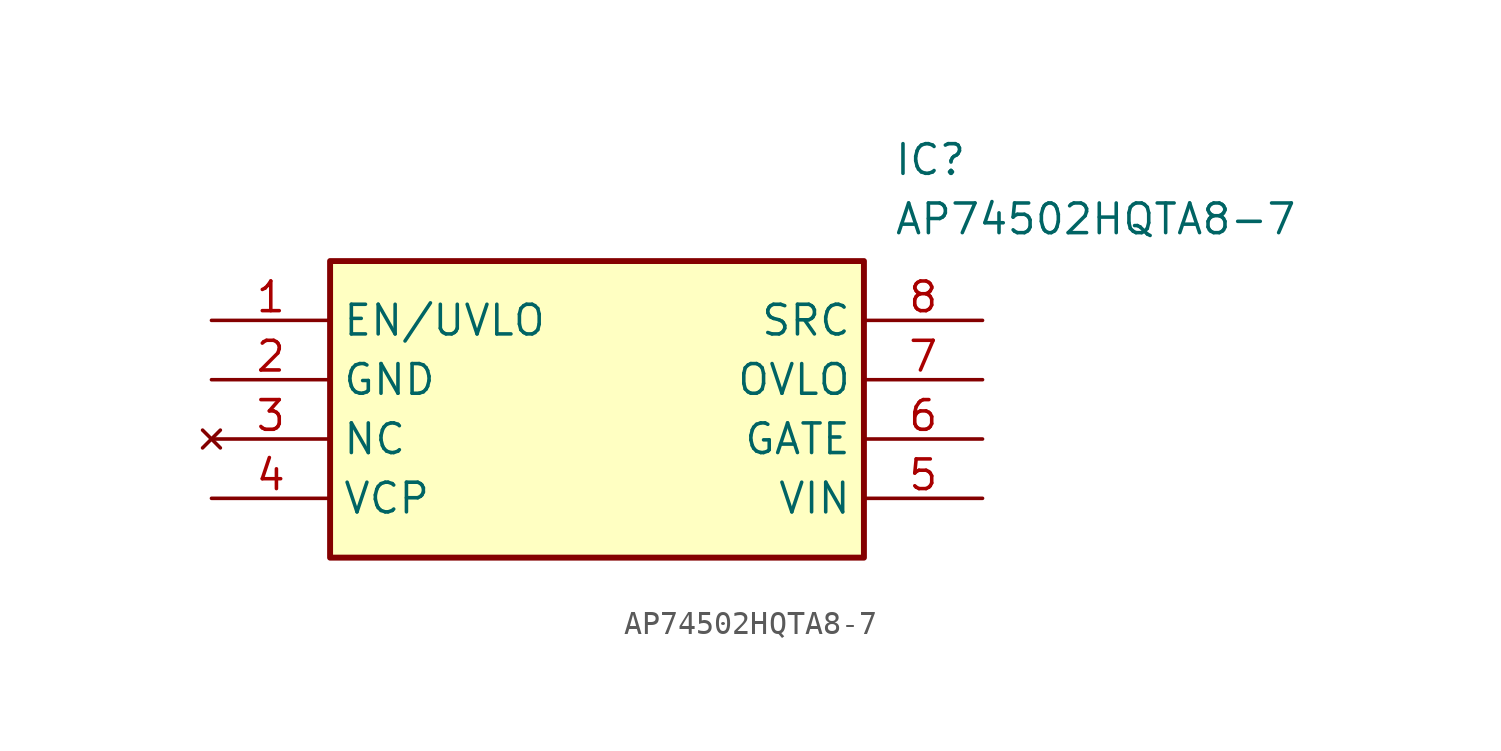
<source format=kicad_sym>
(kicad_symbol_lib
  (version 20241209)
  (generator "kicad_symbol_editor")
  (generator_version "9.0")
  (symbol "AP74502HQTA8-7"
    (property "Reference" "IC"
      (at 29.21 7.62 0)
      (effects (font (size 1.27 1.27)) (justify left top)))
    (property "Value" "AP74502HQTA8-7"
      (at 29.21 5.08 0)
      (effects (font (size 1.27 1.27)) (justify left top)))
    (symbol "AP74502HQTA8-7_1_1"
      (rectangle (start 5.08 2.54) (end 27.94 -10.16) (stroke (width 0.254) (type default)) (fill (type background)))
      (pin passive line (at 0 0 0) (length 5.08) (name "EN/UVLO" (effects (font (size 1.27 1.27)))) (number "1" (effects (font (size 1.27 1.27)))))
      (pin passive line (at 0 -2.54 0) (length 5.08) (name "GND" (effects (font (size 1.27 1.27)))) (number "2" (effects (font (size 1.27 1.27)))))
      (pin no_connect line (at 0 -5.08 0) (length 5.08) (name "NC" (effects (font (size 1.27 1.27)))) (number "3" (effects (font (size 1.27 1.27)))))
      (pin passive line (at 0 -7.62 0) (length 5.08) (name "VCP" (effects (font (size 1.27 1.27)))) (number "4" (effects (font (size 1.27 1.27)))))
      (pin passive line (at 33.02 0 180) (length 5.08) (name "SRC" (effects (font (size 1.27 1.27)))) (number "8" (effects (font (size 1.27 1.27)))))
      (pin passive line (at 33.02 -2.54 180) (length 5.08) (name "OVLO" (effects (font (size 1.27 1.27)))) (number "7" (effects (font (size 1.27 1.27)))))
      (pin passive line (at 33.02 -5.08 180) (length 5.08) (name "GATE" (effects (font (size 1.27 1.27)))) (number "6" (effects (font (size 1.27 1.27)))))
      (pin passive line (at 33.02 -7.62 180) (length 5.08) (name "VIN" (effects (font (size 1.27 1.27)))) (number "5" (effects (font (size 1.27 1.27))))))))
</source>
